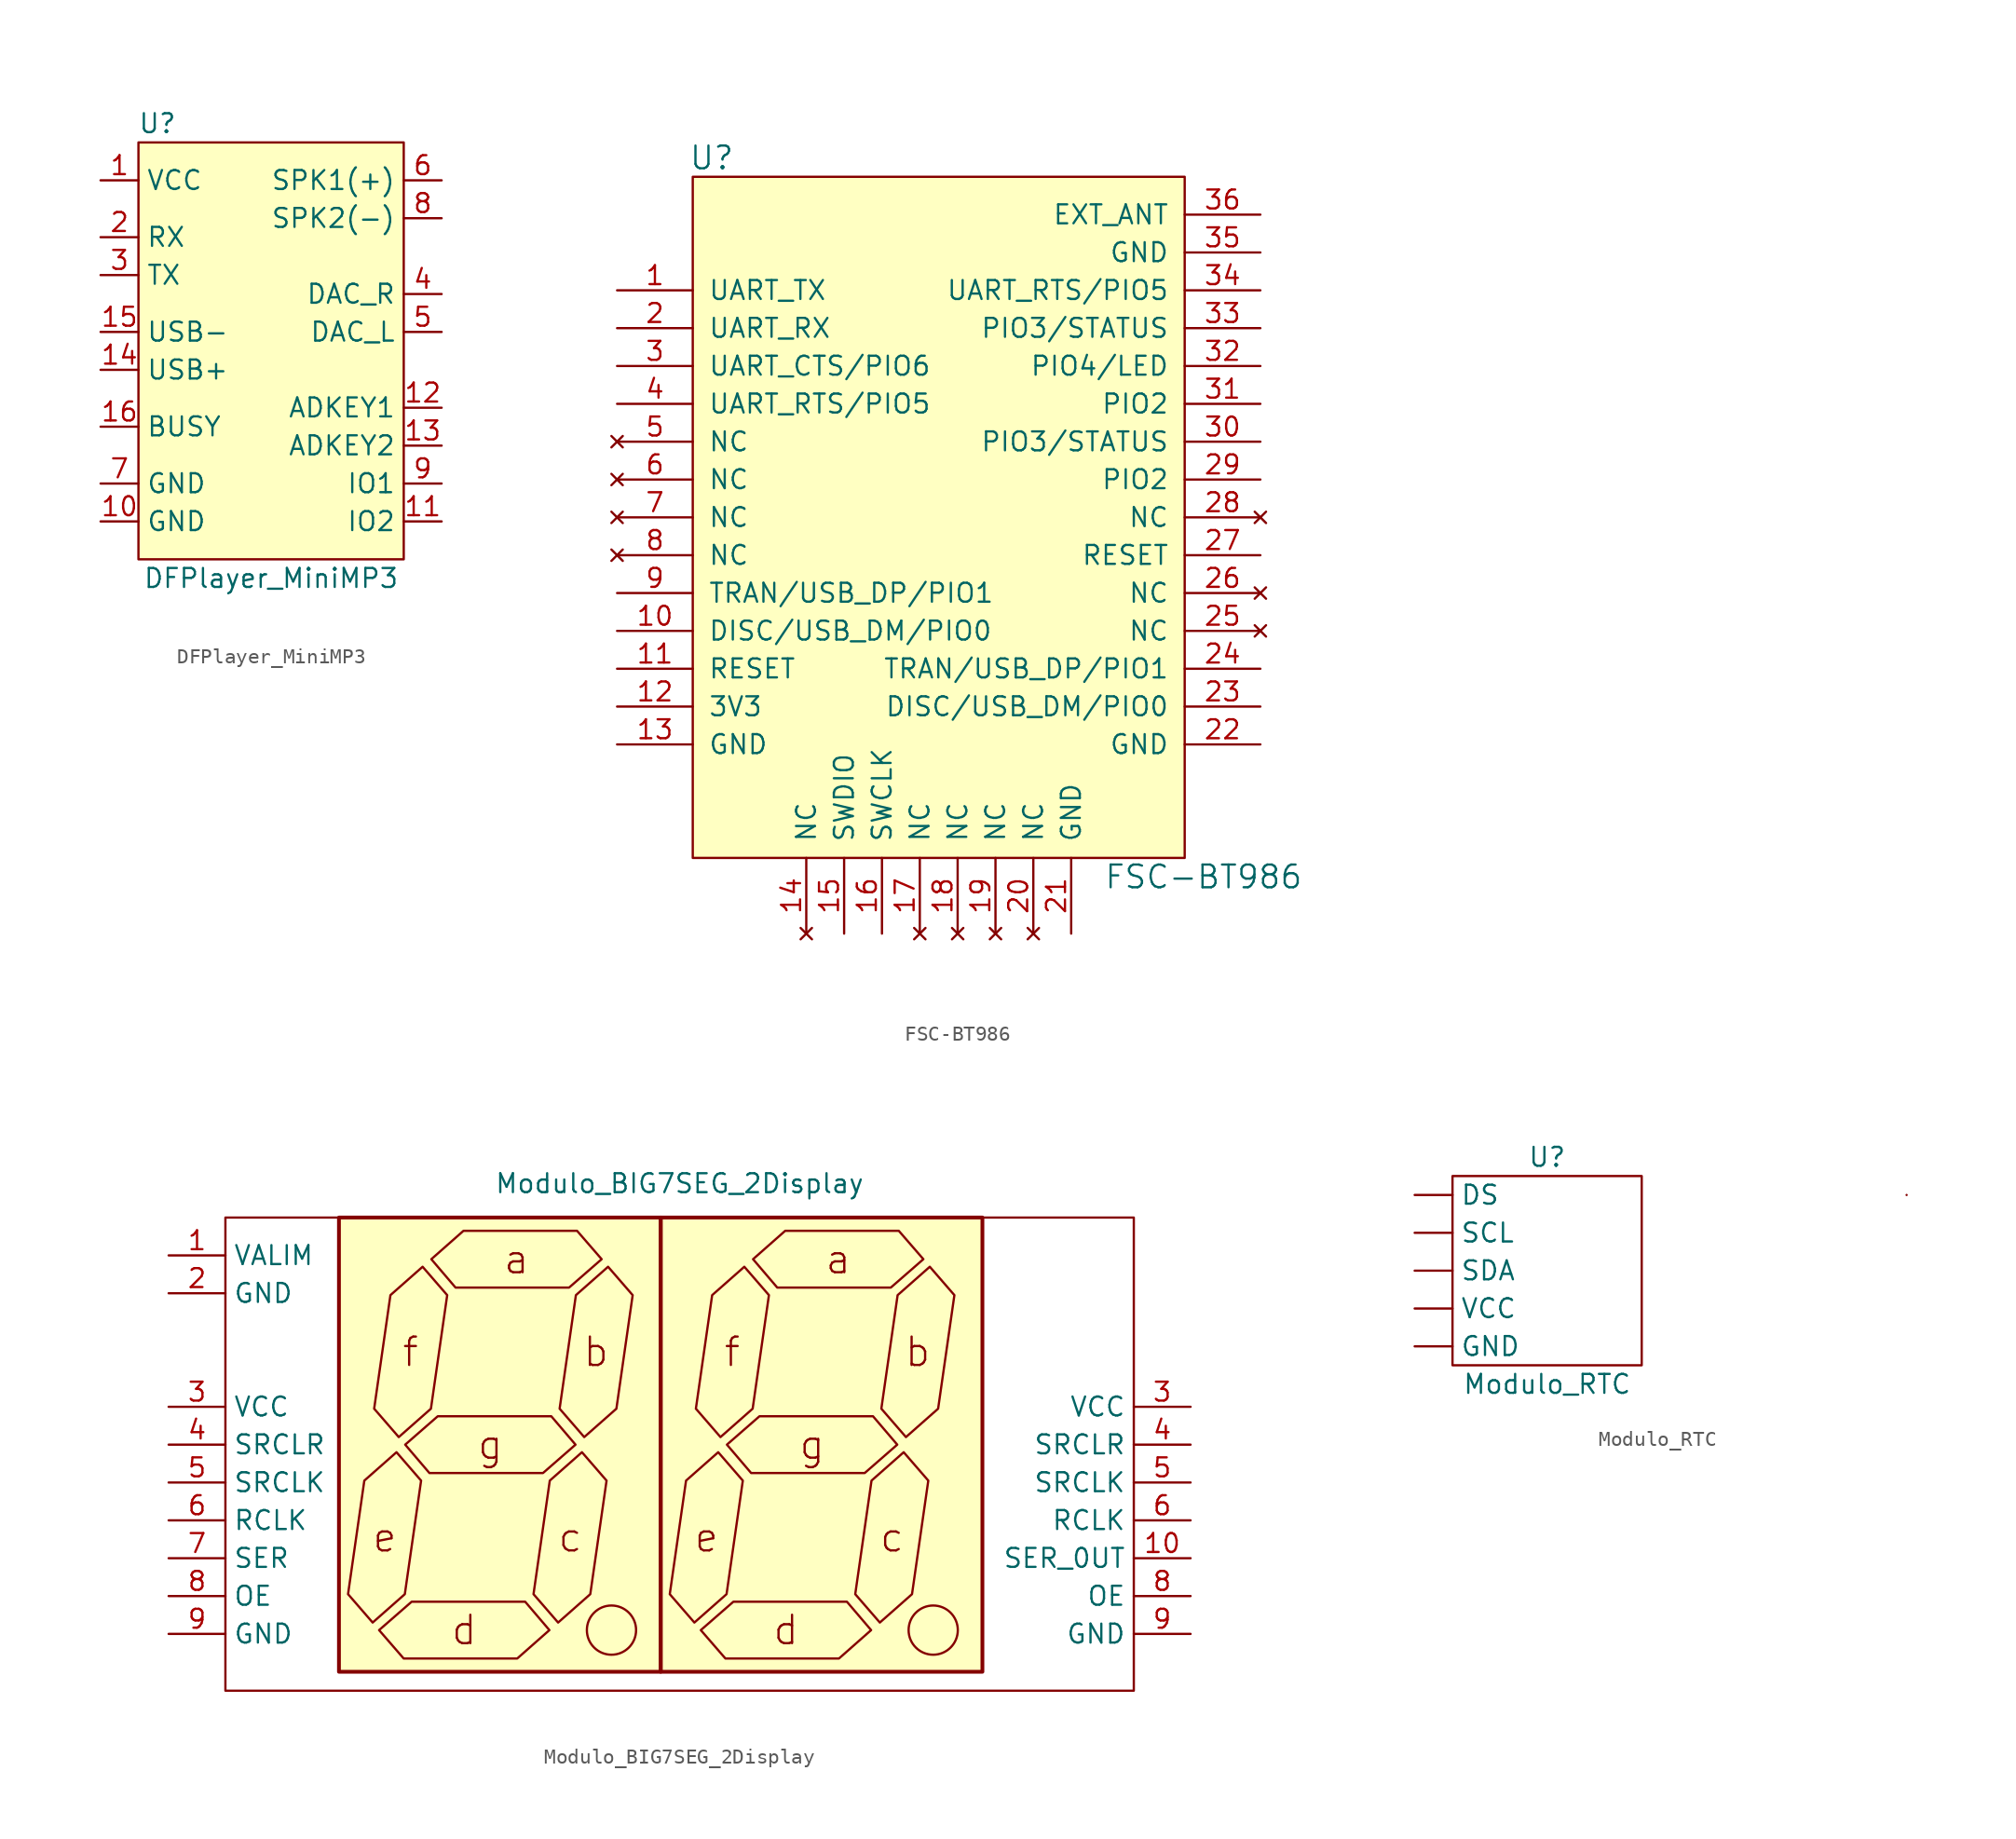
<source format=kicad_sym>
(kicad_symbol_lib
  (version 20220914)
  (generator kicad_symbol_editor)
  (symbol "DFPlayer_MiniMP3"
    (property "Reference" "U"
      (at -7.62 15.24 0)
      (effects (font (size 1.27 1.27))))
    (property "Value" "DFPlayer_MiniMP3"
      (at 0 -15.24 0)
      (effects (font (size 1.27 1.27))))
    (symbol "DFPlayer_MiniMP3_1_1"
      (rectangle (start -8.89 13.97) (end 8.89 -13.97) (stroke (width 0) (type default)) (fill (type background)))
      (pin power_in line (at -11.43 11.43 0) (length 2.54) (name "VCC" (effects (font (size 1.27 1.27)))) (number "1" (effects (font (size 1.27 1.27)))))
      (pin power_in line (at -11.43 -11.43 0) (length 2.54) (name "GND" (effects (font (size 1.27 1.27)))) (number "10" (effects (font (size 1.27 1.27)))))
      (pin input line (at 11.43 -11.43 180) (length 2.54) (name "IO2" (effects (font (size 1.27 1.27)))) (number "11" (effects (font (size 1.27 1.27)))))
      (pin input line (at 11.43 -3.81 180) (length 2.54) (name "ADKEY1" (effects (font (size 1.27 1.27)))) (number "12" (effects (font (size 1.27 1.27)))))
      (pin input line (at 11.43 -6.35 180) (length 2.54) (name "ADKEY2" (effects (font (size 1.27 1.27)))) (number "13" (effects (font (size 1.27 1.27)))))
      (pin input line (at -11.43 -1.27 0) (length 2.54) (name "USB+" (effects (font (size 1.27 1.27)))) (number "14" (effects (font (size 1.27 1.27)))))
      (pin input line (at -11.43 1.27 0) (length 2.54) (name "USB-" (effects (font (size 1.27 1.27)))) (number "15" (effects (font (size 1.27 1.27)))))
      (pin output line (at -11.43 -5.08 0) (length 2.54) (name "BUSY" (effects (font (size 1.27 1.27)))) (number "16" (effects (font (size 1.27 1.27)))))
      (pin input line (at -11.43 7.62 0) (length 2.54) (name "RX" (effects (font (size 1.27 1.27)))) (number "2" (effects (font (size 1.27 1.27)))))
      (pin output line (at -11.43 5.08 0) (length 2.54) (name "TX" (effects (font (size 1.27 1.27)))) (number "3" (effects (font (size 1.27 1.27)))))
      (pin output line (at 11.43 3.81 180) (length 2.54) (name "DAC_R" (effects (font (size 1.27 1.27)))) (number "4" (effects (font (size 1.27 1.27)))))
      (pin output line (at 11.43 1.27 180) (length 2.54) (name "DAC_L" (effects (font (size 1.27 1.27)))) (number "5" (effects (font (size 1.27 1.27)))))
      (pin output line (at 11.43 11.43 180) (length 2.54) (name "SPK1(+)" (effects (font (size 1.27 1.27)))) (number "6" (effects (font (size 1.27 1.27)))))
      (pin power_in line (at -11.43 -8.89 0) (length 2.54) (name "GND" (effects (font (size 1.27 1.27)))) (number "7" (effects (font (size 1.27 1.27)))))
      (pin output line (at 11.43 8.89 180) (length 2.54) (name "SPK2(-)" (effects (font (size 1.27 1.27)))) (number "8" (effects (font (size 1.27 1.27)))))
      (pin input line (at 11.43 -8.89 180) (length 2.54) (name "IO1" (effects (font (size 1.27 1.27)))) (number "9" (effects (font (size 1.27 1.27)))))))
  (symbol "FSC-BT986"
    (pin_names
      (offset 1.016))
    (property "Reference" "U"
      (at -15.24 24.13 0)
      (effects (font (size 1.524 1.524))))
    (property "Value" "FSC-BT986"
      (at 17.78 -24.13 0)
      (effects (font (size 1.524 1.524))))
    (symbol "FSC-BT986_0_1"
      (rectangle (start -16.51 22.86) (end 16.51 -22.86) (stroke (width 0) (type default)) (fill (type background))))
    (symbol "FSC-BT986_1_1"
      (pin output line (at -21.59 15.24 0) (length 5.08) (name "UART_TX" (effects (font (size 1.27 1.27)))) (number "1" (effects (font (size 1.27 1.27)))))
      (pin bidirectional line (at -21.59 -7.62 0) (length 5.08) (name "DISC/USB_DM/PIO0" (effects (font (size 1.27 1.27)))) (number "10" (effects (font (size 1.27 1.27)))))
      (pin input line (at -21.59 -10.16 0) (length 5.08) (name "RESET" (effects (font (size 1.27 1.27)))) (number "11" (effects (font (size 1.27 1.27)))))
      (pin power_in line (at -21.59 -12.7 0) (length 5.08) (name "3V3" (effects (font (size 1.27 1.27)))) (number "12" (effects (font (size 1.27 1.27)))))
      (pin power_in line (at -21.59 -15.24 0) (length 5.08) (name "GND" (effects (font (size 1.27 1.27)))) (number "13" (effects (font (size 1.27 1.27)))))
      (pin no_connect line (at -8.89 -27.94 90) (length 5.08) (name "NC" (effects (font (size 1.27 1.27)))) (number "14" (effects (font (size 1.27 1.27)))))
      (pin bidirectional line (at -6.35 -27.94 90) (length 5.08) (name "SWDIO" (effects (font (size 1.27 1.27)))) (number "15" (effects (font (size 1.27 1.27)))))
      (pin bidirectional line (at -3.81 -27.94 90) (length 5.08) (name "SWCLK" (effects (font (size 1.27 1.27)))) (number "16" (effects (font (size 1.27 1.27)))))
      (pin no_connect line (at -1.27 -27.94 90) (length 5.08) (name "NC" (effects (font (size 1.27 1.27)))) (number "17" (effects (font (size 1.27 1.27)))))
      (pin no_connect line (at 1.27 -27.94 90) (length 5.08) (name "NC" (effects (font (size 1.27 1.27)))) (number "18" (effects (font (size 1.27 1.27)))))
      (pin no_connect line (at 3.81 -27.94 90) (length 5.08) (name "NC" (effects (font (size 1.27 1.27)))) (number "19" (effects (font (size 1.27 1.27)))))
      (pin input line (at -21.59 12.7 0) (length 5.08) (name "UART_RX" (effects (font (size 1.27 1.27)))) (number "2" (effects (font (size 1.27 1.27)))))
      (pin no_connect line (at 6.35 -27.94 90) (length 5.08) (name "NC" (effects (font (size 1.27 1.27)))) (number "20" (effects (font (size 1.27 1.27)))))
      (pin power_in line (at 8.89 -27.94 90) (length 5.08) (name "GND" (effects (font (size 1.27 1.27)))) (number "21" (effects (font (size 1.27 1.27)))))
      (pin power_in line (at 21.59 -15.24 180) (length 5.08) (name "GND" (effects (font (size 1.27 1.27)))) (number "22" (effects (font (size 1.27 1.27)))))
      (pin bidirectional line (at 21.59 -12.7 180) (length 5.08) (name "DISC/USB_DM/PIO0" (effects (font (size 1.27 1.27)))) (number "23" (effects (font (size 1.27 1.27)))))
      (pin bidirectional line (at 21.59 -10.16 180) (length 5.08) (name "TRAN/USB_DP/PIO1" (effects (font (size 1.27 1.27)))) (number "24" (effects (font (size 1.27 1.27)))))
      (pin no_connect line (at 21.59 -7.62 180) (length 5.08) (name "NC" (effects (font (size 1.27 1.27)))) (number "25" (effects (font (size 1.27 1.27)))))
      (pin no_connect line (at 21.59 -5.08 180) (length 5.08) (name "NC" (effects (font (size 1.27 1.27)))) (number "26" (effects (font (size 1.27 1.27)))))
      (pin input line (at 21.59 -2.54 180) (length 5.08) (name "RESET" (effects (font (size 1.27 1.27)))) (number "27" (effects (font (size 1.27 1.27)))))
      (pin no_connect line (at 21.59 0 180) (length 5.08) (name "NC" (effects (font (size 1.27 1.27)))) (number "28" (effects (font (size 1.27 1.27)))))
      (pin bidirectional line (at 21.59 2.54 180) (length 5.08) (name "PIO2" (effects (font (size 1.27 1.27)))) (number "29" (effects (font (size 1.27 1.27)))))
      (pin output line (at -21.59 10.16 0) (length 5.08) (name "UART_CTS/PIO6" (effects (font (size 1.27 1.27)))) (number "3" (effects (font (size 1.27 1.27)))))
      (pin bidirectional line (at 21.59 5.08 180) (length 5.08) (name "PIO3/STATUS" (effects (font (size 1.27 1.27)))) (number "30" (effects (font (size 1.27 1.27)))))
      (pin bidirectional line (at 21.59 7.62 180) (length 5.08) (name "PIO2" (effects (font (size 1.27 1.27)))) (number "31" (effects (font (size 1.27 1.27)))))
      (pin bidirectional line (at 21.59 10.16 180) (length 5.08) (name "PIO4/LED" (effects (font (size 1.27 1.27)))) (number "32" (effects (font (size 1.27 1.27)))))
      (pin bidirectional line (at 21.59 12.7 180) (length 5.08) (name "PIO3/STATUS" (effects (font (size 1.27 1.27)))) (number "33" (effects (font (size 1.27 1.27)))))
      (pin bidirectional line (at 21.59 15.24 180) (length 5.08) (name "UART_RTS/PIO5" (effects (font (size 1.27 1.27)))) (number "34" (effects (font (size 1.27 1.27)))))
      (pin power_in line (at 21.59 17.78 180) (length 5.08) (name "GND" (effects (font (size 1.27 1.27)))) (number "35" (effects (font (size 1.27 1.27)))))
      (pin input line (at 21.59 20.32 180) (length 5.08) (name "EXT_ANT" (effects (font (size 1.27 1.27)))) (number "36" (effects (font (size 1.27 1.27)))))
      (pin input line (at -21.59 7.62 0) (length 5.08) (name "UART_RTS/PIO5" (effects (font (size 1.27 1.27)))) (number "4" (effects (font (size 1.27 1.27)))))
      (pin no_connect line (at -21.59 5.08 0) (length 5.08) (name "NC" (effects (font (size 1.27 1.27)))) (number "5" (effects (font (size 1.27 1.27)))))
      (pin no_connect line (at -21.59 2.54 0) (length 5.08) (name "NC" (effects (font (size 1.27 1.27)))) (number "6" (effects (font (size 1.27 1.27)))))
      (pin no_connect line (at -21.59 0 0) (length 5.08) (name "NC" (effects (font (size 1.27 1.27)))) (number "7" (effects (font (size 1.27 1.27)))))
      (pin no_connect line (at -21.59 -2.54 0) (length 5.08) (name "NC" (effects (font (size 1.27 1.27)))) (number "8" (effects (font (size 1.27 1.27)))))
      (pin bidirectional line (at -21.59 -5.08 0) (length 5.08) (name "TRAN/USB_DP/PIO1" (effects (font (size 1.27 1.27)))) (number "9" (effects (font (size 1.27 1.27)))))))
  (symbol "Modulo_BIG7SEG_2Display"
    (property "Reference" "D?"
      (at -29.21 21.59 0)
      (effects (font (size 1.27 1.27)) (justify left) hide))
    (property "Value" "Modulo_BIG7SEG_2Display"
      (at 1.27 20.066 0)
      (effects (font (size 1.27 1.27))))
    (symbol "Modulo_BIG7SEG_2Display_0_0"
      (rectangle (start -11.43 17.78) (end -11.43 17.78) (stroke (width 0) (type default)) (fill (type none)))
      (rectangle (start -11.43 17.78) (end -11.43 17.78) (stroke (width 0) (type default)) (fill (type none)))
      (polyline (pts (xy -11.43 17.78) (xy -11.43 17.78)) (stroke (width 0) (type default)) (fill (type none))))
    (symbol "Modulo_BIG7SEG_2Display_0_1"
      (rectangle (start -29.21 17.78) (end 31.75 -13.97) (stroke (width 0) (type default)) (fill (type none)))
      (rectangle (start -21.59 17.78) (end 0 -12.7) (stroke (width 0.254) (type default)) (fill (type background)))
      (circle (center -3.302 -9.906) (radius 1.651) (stroke (width 0) (type default)) (fill (type none)))
      (polyline (pts (xy -19.329 -9.398) (xy -17.17 -7.493) (xy -16.078 0.127) (xy -17.729 2.032) (xy -19.888 0.127) (xy -20.98 -7.493) (xy -19.329 -9.398)) (stroke (width 0) (type default)) (fill (type none)))
      (polyline (pts (xy -18.898 -9.906) (xy -16.713 -8.001) (xy -9.093 -8.001) (xy -7.468 -9.906) (xy -9.627 -11.811) (xy -17.247 -11.811) (xy -18.898 -9.906)) (stroke (width 0) (type default)) (fill (type none)))
      (polyline (pts (xy -17.577 3.048) (xy -15.418 4.953) (xy -14.326 12.573) (xy -15.977 14.478) (xy -18.136 12.573) (xy -19.228 4.953) (xy -17.577 3.048)) (stroke (width 0) (type default)) (fill (type none)))
      (polyline (pts (xy -17.145 2.54) (xy -14.961 4.445) (xy -7.341 4.445) (xy -5.715 2.54) (xy -7.899 0.635) (xy -15.519 0.635) (xy -17.145 2.54)) (stroke (width 0) (type default)) (fill (type none)))
      (polyline (pts (xy -15.392 14.986) (xy -13.233 16.891) (xy -5.613 16.891) (xy -3.962 14.986) (xy -6.147 13.081) (xy -13.767 13.081) (xy -15.392 14.986)) (stroke (width 0) (type default)) (fill (type none)))
      (polyline (pts (xy -6.883 -9.398) (xy -4.724 -7.493) (xy -3.632 0.127) (xy -5.283 2.032) (xy -7.442 0.127) (xy -8.534 -7.493) (xy -6.883 -9.398)) (stroke (width 0) (type default)) (fill (type none)))
      (polyline (pts (xy -5.131 3.048) (xy -2.972 4.953) (xy -1.88 12.573) (xy -3.531 14.478) (xy -5.69 12.573) (xy -6.782 4.953) (xy -5.131 3.048)) (stroke (width 0) (type default)) (fill (type none)))
      (polyline (pts (xy 2.261 -9.398) (xy 4.42 -7.493) (xy 5.512 0.127) (xy 3.861 2.032) (xy 1.702 0.127) (xy 0.61 -7.493) (xy 2.261 -9.398)) (stroke (width 0) (type default)) (fill (type none)))
      (polyline (pts (xy 2.692 -9.906) (xy 4.877 -8.001) (xy 12.497 -8.001) (xy 14.122 -9.906) (xy 11.963 -11.811) (xy 4.343 -11.811) (xy 2.692 -9.906)) (stroke (width 0) (type default)) (fill (type none)))
      (polyline (pts (xy 4.013 3.048) (xy 6.172 4.953) (xy 7.264 12.573) (xy 5.613 14.478) (xy 3.454 12.573) (xy 2.362 4.953) (xy 4.013 3.048)) (stroke (width 0) (type default)) (fill (type none)))
      (polyline (pts (xy 4.445 2.54) (xy 6.629 4.445) (xy 14.249 4.445) (xy 15.875 2.54) (xy 13.691 0.635) (xy 6.071 0.635) (xy 4.445 2.54)) (stroke (width 0) (type default)) (fill (type none)))
      (polyline (pts (xy 6.198 14.986) (xy 8.357 16.891) (xy 15.977 16.891) (xy 17.628 14.986) (xy 15.443 13.081) (xy 7.823 13.081) (xy 6.198 14.986)) (stroke (width 0) (type default)) (fill (type none)))
      (polyline (pts (xy 14.707 -9.398) (xy 16.866 -7.493) (xy 17.958 0.127) (xy 16.307 2.032) (xy 14.148 0.127) (xy 13.056 -7.493) (xy 14.707 -9.398)) (stroke (width 0) (type default)) (fill (type none)))
      (polyline (pts (xy 16.459 3.048) (xy 18.618 4.953) (xy 19.71 12.573) (xy 18.059 14.478) (xy 15.9 12.573) (xy 14.808 4.953) (xy 16.459 3.048)) (stroke (width 0) (type default)) (fill (type none)))
      (rectangle (start 0 17.78) (end 21.59 -12.7) (stroke (width 0.254) (type default)) (fill (type background)))
      (circle (center 18.288 -9.906) (radius 1.651) (stroke (width 0) (type default)) (fill (type none)))
      (text "a" (at -9.677 14.986 0) (effects (font (size 1.905 1.905))))
      (text "a" (at 11.913 14.986 0) (effects (font (size 1.905 1.905))))
      (text "b" (at -4.343 8.763 0) (effects (font (size 1.905 1.905))))
      (text "b" (at 17.247 8.763 0) (effects (font (size 1.905 1.905))))
      (text "c" (at -6.071 -3.683 0) (effects (font (size 1.905 1.905))))
      (text "c" (at 15.519 -3.683 0) (effects (font (size 1.905 1.905))))
      (text "d" (at -13.183 -9.906 0) (effects (font (size 1.905 1.905))))
      (text "d" (at 8.407 -9.906 0) (effects (font (size 1.905 1.905))))
      (text "e" (at -18.517 -3.683 0) (effects (font (size 1.905 1.905))))
      (text "e" (at 3.073 -3.683 0) (effects (font (size 1.905 1.905))))
      (text "f" (at -16.789 8.763 0) (effects (font (size 1.905 1.905))))
      (text "f" (at 4.801 8.763 0) (effects (font (size 1.905 1.905))))
      (text "g" (at -11.43 2.54 0) (effects (font (size 1.905 1.905))))
      (text "g" (at 10.16 2.54 0) (effects (font (size 1.905 1.905))))
      (pin power_in line (at -33.02 15.24 0) (length 3.81) (name "VALIM" (effects (font (size 1.27 1.27)))) (number "1" (effects (font (size 1.27 1.27)))))
      (pin passive line (at 35.56 -5.08 180) (length 3.81) (name "SER_0UT" (effects (font (size 1.27 1.27)))) (number "10" (effects (font (size 1.27 1.27)))))
      (pin power_in line (at -33.02 12.7 0) (length 3.81) (name "GND" (effects (font (size 1.27 1.27)))) (number "2" (effects (font (size 1.27 1.27)))))
      (pin power_in line (at -33.02 5.08 0) (length 3.81) (name "VCC" (effects (font (size 1.27 1.27)))) (number "3" (effects (font (size 1.27 1.27)))))
      (pin power_in line (at 35.56 5.08 180) (length 3.81) (name "VCC" (effects (font (size 1.27 1.27)))) (number "3" (effects (font (size 1.27 1.27)))))
      (pin passive line (at -33.02 2.54 0) (length 3.81) (name "SRCLR" (effects (font (size 1.27 1.27)))) (number "4" (effects (font (size 1.27 1.27)))))
      (pin passive line (at 35.56 2.54 180) (length 3.81) (name "SRCLR" (effects (font (size 1.27 1.27)))) (number "4" (effects (font (size 1.27 1.27)))))
      (pin passive line (at -33.02 0 0) (length 3.81) (name "SRCLK" (effects (font (size 1.27 1.27)))) (number "5" (effects (font (size 1.27 1.27)))))
      (pin passive line (at 35.56 0 180) (length 3.81) (name "SRCLK" (effects (font (size 1.27 1.27)))) (number "5" (effects (font (size 1.27 1.27)))))
      (pin passive line (at -33.02 -2.54 0) (length 3.81) (name "RCLK" (effects (font (size 1.27 1.27)))) (number "6" (effects (font (size 1.27 1.27)))))
      (pin passive line (at 35.56 -2.54 180) (length 3.81) (name "RCLK" (effects (font (size 1.27 1.27)))) (number "6" (effects (font (size 1.27 1.27)))))
      (pin passive line (at -33.02 -5.08 0) (length 3.81) (name "SER" (effects (font (size 1.27 1.27)))) (number "7" (effects (font (size 1.27 1.27)))))
      (pin passive line (at -33.02 -7.62 0) (length 3.81) (name "OE" (effects (font (size 1.27 1.27)))) (number "8" (effects (font (size 1.27 1.27)))))
      (pin passive line (at 35.56 -7.62 180) (length 3.81) (name "OE" (effects (font (size 1.27 1.27)))) (number "8" (effects (font (size 1.27 1.27)))))
      (pin power_in line (at -33.02 -10.16 0) (length 3.81) (name "GND" (effects (font (size 1.27 1.27)))) (number "9" (effects (font (size 1.27 1.27)))))
      (pin power_in line (at 35.56 -10.16 180) (length 3.81) (name "GND" (effects (font (size 1.27 1.27)))) (number "9" (effects (font (size 1.27 1.27)))))))
  (symbol "Modulo_RTC"
    (property "Reference" "U"
      (at 0 8.89 0)
      (effects (font (size 1.27 1.27))))
    (property "Value" "Modulo_RTC"
      (at 0 -6.35 0)
      (effects (font (size 1.27 1.27))))
    (symbol "Modulo_RTC_0_1"
      (rectangle (start -6.35 7.62) (end 6.35 -5.08) (stroke (width 0) (type default)) (fill (type none)))
      (rectangle (start 24.13 6.35) (end 24.13 6.35) (stroke (width 0) (type default)) (fill (type none))))
    (symbol "Modulo_RTC_1_1"
      (pin output line (at -8.89 6.35 0) (length 2.54) (name "DS" (effects (font (size 1.27 1.27)))) (number "" (effects (font (size 1.27 1.27)))))
      (pin power_in line (at -8.89 -3.81 0) (length 2.54) (name "GND" (effects (font (size 1.27 1.27)))) (number "" (effects (font (size 1.27 1.27)))))
      (pin input line (at -8.89 3.81 0) (length 2.54) (name "SCL" (effects (font (size 1.27 1.27)))) (number "" (effects (font (size 1.27 1.27)))))
      (pin bidirectional line (at -8.89 1.27 0) (length 2.54) (name "SDA" (effects (font (size 1.27 1.27)))) (number "" (effects (font (size 1.27 1.27)))))
      (pin power_in line (at -8.89 -1.27 0) (length 2.54) (name "VCC" (effects (font (size 1.27 1.27)))) (number "" (effects (font (size 1.27 1.27))))))))
</source>
